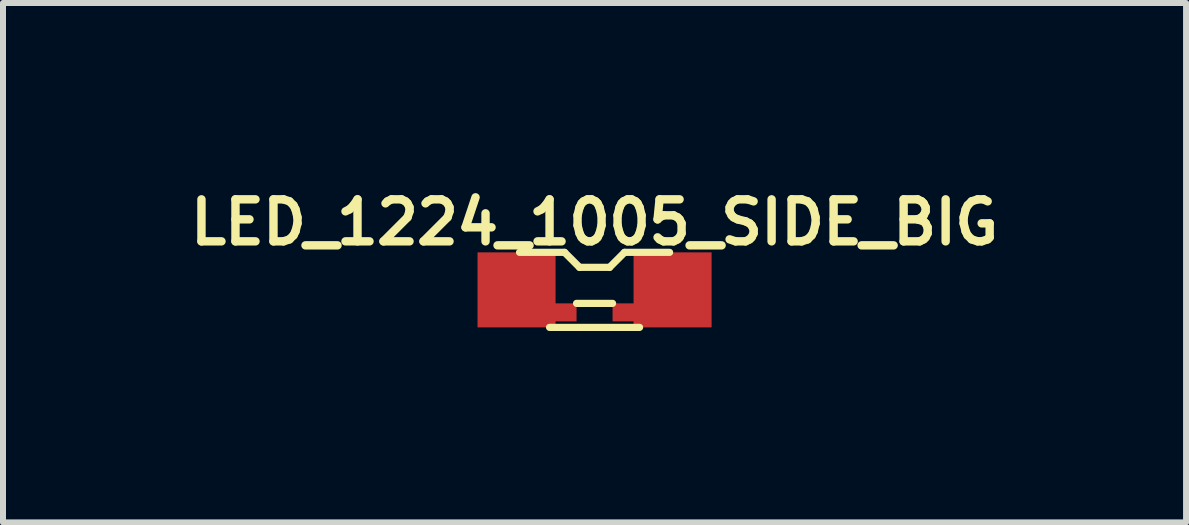
<source format=kicad_pcb>
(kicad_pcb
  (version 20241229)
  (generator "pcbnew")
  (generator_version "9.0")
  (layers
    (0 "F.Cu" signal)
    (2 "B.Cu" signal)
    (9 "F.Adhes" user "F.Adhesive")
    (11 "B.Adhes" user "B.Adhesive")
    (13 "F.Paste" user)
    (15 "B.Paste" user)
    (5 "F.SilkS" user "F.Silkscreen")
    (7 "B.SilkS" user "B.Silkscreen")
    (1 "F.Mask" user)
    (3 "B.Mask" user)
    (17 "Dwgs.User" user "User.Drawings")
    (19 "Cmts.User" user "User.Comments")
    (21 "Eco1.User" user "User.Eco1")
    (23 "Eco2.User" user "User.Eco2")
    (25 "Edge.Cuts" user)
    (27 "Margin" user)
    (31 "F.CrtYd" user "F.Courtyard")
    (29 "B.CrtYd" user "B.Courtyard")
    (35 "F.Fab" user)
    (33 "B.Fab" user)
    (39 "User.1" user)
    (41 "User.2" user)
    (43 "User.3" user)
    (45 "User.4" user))
  (footprint "LED_1224_1005_SIDE_BIG"
    (layer "F.Cu")
    (at 6.857 2.405)
    (property "Reference" "LED_1224_1005_SIDE_BIG" (at 0 -1.75 0) (layer "F.SilkS") (effects (font (size 0.7 0.7) (thickness 0.14))))
    (attr through_hole)
    (fp_line (start -1.25 -1.25) (end -0.5 -1.25) (stroke (width 0.12) (type solid)) (layer "F.SilkS"))
    (fp_line (start -0.75 0) (end 0.75 0) (stroke (width 0.12) (type solid)) (layer "F.SilkS"))
    (fp_line (start -0.5 -1.25) (end -0.25 -1) (stroke (width 0.12) (type solid)) (layer "F.SilkS"))
    (fp_line (start -0.3 -0.4) (end 0.3 -0.4) (stroke (width 0.12) (type solid)) (layer "F.SilkS"))
    (fp_line (start -0.25 -1) (end 0.25 -1) (stroke (width 0.12) (type solid)) (layer "F.SilkS"))
    (fp_line (start 0.25 -1) (end 0.5 -1.25) (stroke (width 0.12) (type solid)) (layer "F.SilkS"))
    (fp_line (start 0.5 -1.25) (end 1.25 -1.25) (stroke (width 0.12) (type solid)) (layer "F.SilkS"))
    (pad "1" smd rect (at -1.3 -0.625) (size 1.3 1.25) (layers "F.Cu" "F.Mask" "F.Paste"))
    (pad "1" smd rect (at -0.55 -0.25) (size 0.5 0.3) (layers "F.Cu" "F.Mask" "F.Paste"))
    (pad "2" smd rect (at 0.55 -0.25) (size 0.5 0.3) (layers "F.Cu" "F.Mask" "F.Paste"))
    (pad "2" smd rect (at 1.3 -0.625) (size 1.3 1.25) (layers "F.Cu" "F.Mask" "F.Paste")))
  (gr_rect
    (start -3 -3)
    (end 16.713 5.655)
    (stroke (width 0.1) (type default))
    (fill no)
    (layer "Edge.Cuts")))
</source>
